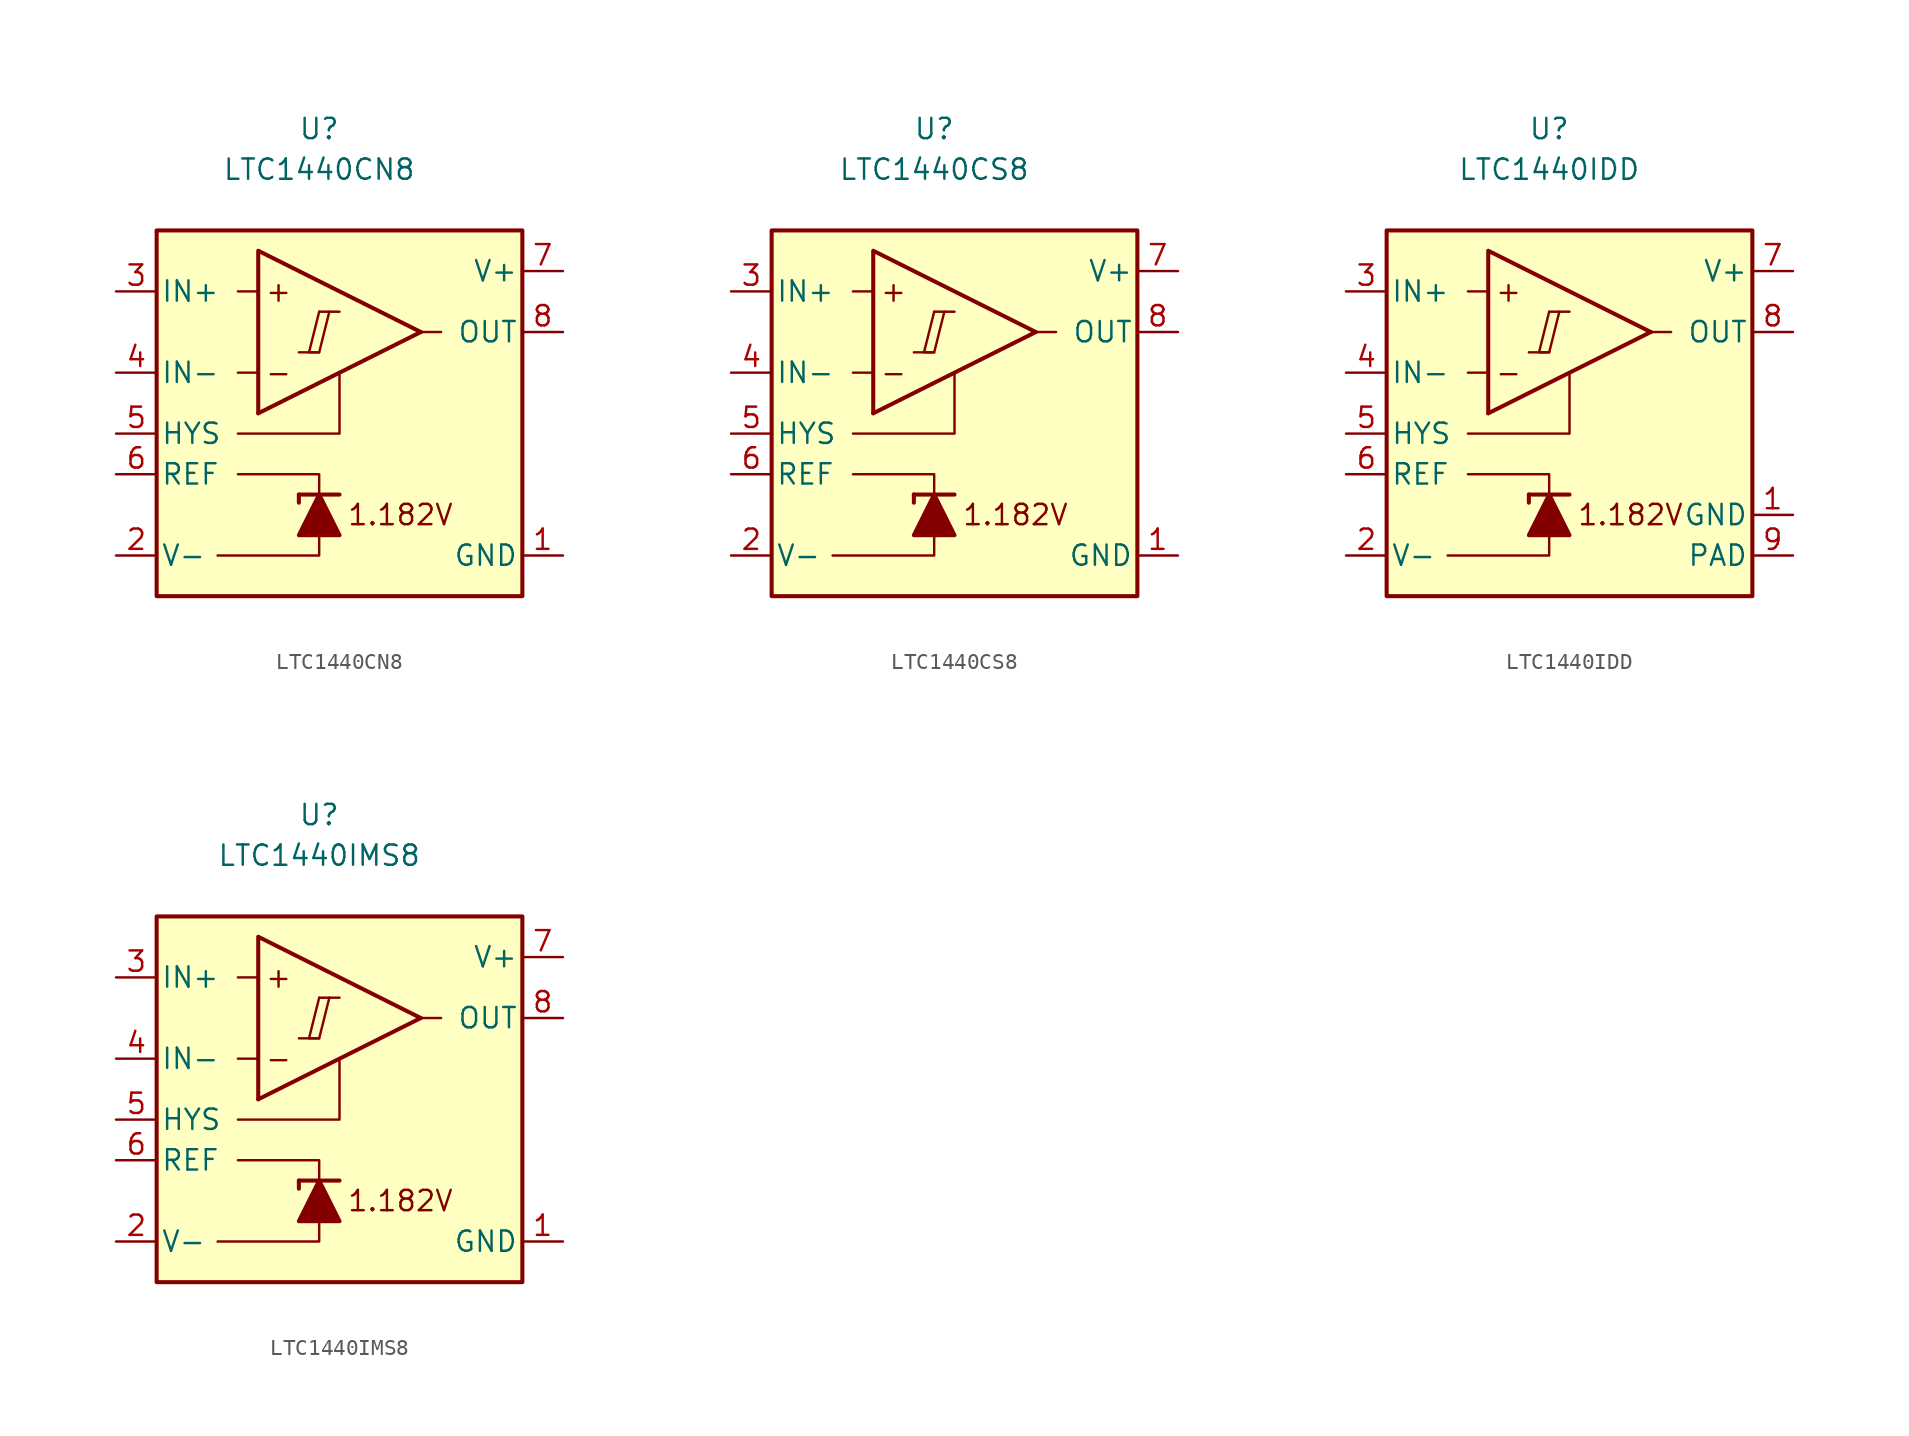
<source format=kicad_sym>
(kicad_symbol_lib
  (version 20231120)
  (generator "kicad_symbol_editor")
  (generator_version "8.0")
  (symbol "LTC1440CN8"
    (pin_names
      (offset 0.254))
    (property "Reference" "U"
      (at 0 16.51 0)
      (effects (font (size 1.27 1.27))))
    (property "Value" "LTC1440CN8"
      (at 0 13.97 0)
      (effects (font (size 1.27 1.27))))
    (symbol "LTC1440CN8_0_0"
      (polyline (pts (xy -1.27 2.54) (xy 0 2.54)) (stroke (width 0.152) (type default)) (fill (type none)))
      (polyline (pts (xy 0 5.08) (xy 1.27 5.08)) (stroke (width 0.152) (type default)) (fill (type none)))
      (polyline (pts (xy 6.35 3.81) (xy -3.81 -1.27)) (stroke (width 0.254) (type default)) (fill (type none)))
      (polyline (pts (xy 6.35 3.81) (xy -3.81 8.89) (xy -3.81 -1.27)) (stroke (width 0.254) (type default)) (fill (type background)))
      (polyline (pts (xy 0 5.08) (xy -0.635 2.54) (xy 0 2.54) (xy 0.635 5.08)) (stroke (width 0.152) (type default)) (fill (type none)))
      (text "+" (at -2.54 6.35 0) (effects (font (size 1.27 1.27))))
      (text "-" (at -2.54 1.27 0) (effects (font (size 1.27 1.27)))))
    (symbol "LTC1440CN8_0_1"
      (polyline (pts (xy -3.81 1.27) (xy -5.08 1.27)) (stroke (width 0) (type default)) (fill (type none)))
      (polyline (pts (xy -3.81 6.35) (xy -5.08 6.35)) (stroke (width 0) (type default)) (fill (type none)))
      (polyline (pts (xy -1.27 -6.35) (xy -1.27 -6.858)) (stroke (width 0.254) (type default)) (fill (type none)))
      (polyline (pts (xy -1.27 -6.35) (xy 1.27 -6.35)) (stroke (width 0.254) (type default)) (fill (type none)))
      (polyline (pts (xy 6.35 3.81) (xy 7.62 3.81)) (stroke (width 0) (type default)) (fill (type none)))
      (polyline (pts (xy 0 -8.89) (xy 0 -10.16) (xy -6.35 -10.16)) (stroke (width 0) (type default)) (fill (type none)))
      (polyline (pts (xy 0 -6.35) (xy 0 -5.08) (xy -5.08 -5.08)) (stroke (width 0) (type default)) (fill (type none)))
      (polyline (pts (xy 1.27 1.27) (xy 1.27 -2.54) (xy -5.08 -2.54)) (stroke (width 0) (type default)) (fill (type none)))
      (polyline (pts (xy 1.27 -8.89) (xy -1.27 -8.89) (xy 0 -6.35) (xy 1.27 -8.89)) (stroke (width 0.254) (type default)) (fill (type outline)))
      (rectangle (start 12.7 10.16) (end -10.16 -12.7) (stroke (width 0.254) (type default)) (fill (type background))))
    (symbol "LTC1440CN8_1_0"
      (text "1.182V" (at 5.08 -7.62 0) (effects (font (size 1.27 1.27)))))
    (symbol "LTC1440CN8_1_1"
      (pin power_in line (at 15.24 -10.16 180) (length 2.54) (name "GND" (effects (font (size 1.27 1.27)))) (number "1" (effects (font (size 1.27 1.27)))))
      (pin power_in line (at -12.7 -10.16 0) (length 2.54) (name "V-" (effects (font (size 1.27 1.27)))) (number "2" (effects (font (size 1.27 1.27)))))
      (pin input line (at -12.7 6.35 0) (length 2.54) (name "IN+" (effects (font (size 1.27 1.27)))) (number "3" (effects (font (size 1.27 1.27)))))
      (pin input line (at -12.7 1.27 0) (length 2.54) (name "IN-" (effects (font (size 1.27 1.27)))) (number "4" (effects (font (size 1.27 1.27)))))
      (pin input line (at -12.7 -2.54 0) (length 2.54) (name "HYS" (effects (font (size 1.27 1.27)))) (number "5" (effects (font (size 1.27 1.27)))))
      (pin output line (at -12.7 -5.08 0) (length 2.54) (name "REF" (effects (font (size 1.27 1.27)))) (number "6" (effects (font (size 1.27 1.27)))))
      (pin power_in line (at 15.24 7.62 180) (length 2.54) (name "V+" (effects (font (size 1.27 1.27)))) (number "7" (effects (font (size 1.27 1.27)))))
      (pin output line (at 15.24 3.81 180) (length 2.54) (name "OUT" (effects (font (size 1.27 1.27)))) (number "8" (effects (font (size 1.27 1.27)))))))
  (symbol "LTC1440CS8"
    (pin_names
      (offset 0.254))
    (property "Reference" "U"
      (at 0 16.51 0)
      (effects (font (size 1.27 1.27))))
    (property "Value" "LTC1440CS8"
      (at 0 13.97 0)
      (effects (font (size 1.27 1.27))))
    (symbol "LTC1440CS8_0_0"
      (polyline (pts (xy -1.27 2.54) (xy 0 2.54)) (stroke (width 0.152) (type default)) (fill (type none)))
      (polyline (pts (xy 0 5.08) (xy 1.27 5.08)) (stroke (width 0.152) (type default)) (fill (type none)))
      (polyline (pts (xy 6.35 3.81) (xy -3.81 -1.27)) (stroke (width 0.254) (type default)) (fill (type none)))
      (polyline (pts (xy 6.35 3.81) (xy -3.81 8.89) (xy -3.81 -1.27)) (stroke (width 0.254) (type default)) (fill (type background)))
      (polyline (pts (xy 0 5.08) (xy -0.635 2.54) (xy 0 2.54) (xy 0.635 5.08)) (stroke (width 0.152) (type default)) (fill (type none)))
      (text "+" (at -2.54 6.35 0) (effects (font (size 1.27 1.27))))
      (text "-" (at -2.54 1.27 0) (effects (font (size 1.27 1.27)))))
    (symbol "LTC1440CS8_0_1"
      (polyline (pts (xy -3.81 1.27) (xy -5.08 1.27)) (stroke (width 0) (type default)) (fill (type none)))
      (polyline (pts (xy -3.81 6.35) (xy -5.08 6.35)) (stroke (width 0) (type default)) (fill (type none)))
      (polyline (pts (xy -1.27 -6.35) (xy -1.27 -6.858)) (stroke (width 0.254) (type default)) (fill (type none)))
      (polyline (pts (xy -1.27 -6.35) (xy 1.27 -6.35)) (stroke (width 0.254) (type default)) (fill (type none)))
      (polyline (pts (xy 6.35 3.81) (xy 7.62 3.81)) (stroke (width 0) (type default)) (fill (type none)))
      (polyline (pts (xy 0 -8.89) (xy 0 -10.16) (xy -6.35 -10.16)) (stroke (width 0) (type default)) (fill (type none)))
      (polyline (pts (xy 0 -6.35) (xy 0 -5.08) (xy -5.08 -5.08)) (stroke (width 0) (type default)) (fill (type none)))
      (polyline (pts (xy 1.27 1.27) (xy 1.27 -2.54) (xy -5.08 -2.54)) (stroke (width 0) (type default)) (fill (type none)))
      (polyline (pts (xy 1.27 -8.89) (xy -1.27 -8.89) (xy 0 -6.35) (xy 1.27 -8.89)) (stroke (width 0.254) (type default)) (fill (type outline)))
      (rectangle (start 12.7 10.16) (end -10.16 -12.7) (stroke (width 0.254) (type default)) (fill (type background))))
    (symbol "LTC1440CS8_1_0"
      (text "1.182V" (at 5.08 -7.62 0) (effects (font (size 1.27 1.27)))))
    (symbol "LTC1440CS8_1_1"
      (pin power_in line (at 15.24 -10.16 180) (length 2.54) (name "GND" (effects (font (size 1.27 1.27)))) (number "1" (effects (font (size 1.27 1.27)))))
      (pin power_in line (at -12.7 -10.16 0) (length 2.54) (name "V-" (effects (font (size 1.27 1.27)))) (number "2" (effects (font (size 1.27 1.27)))))
      (pin input line (at -12.7 6.35 0) (length 2.54) (name "IN+" (effects (font (size 1.27 1.27)))) (number "3" (effects (font (size 1.27 1.27)))))
      (pin input line (at -12.7 1.27 0) (length 2.54) (name "IN-" (effects (font (size 1.27 1.27)))) (number "4" (effects (font (size 1.27 1.27)))))
      (pin input line (at -12.7 -2.54 0) (length 2.54) (name "HYS" (effects (font (size 1.27 1.27)))) (number "5" (effects (font (size 1.27 1.27)))))
      (pin output line (at -12.7 -5.08 0) (length 2.54) (name "REF" (effects (font (size 1.27 1.27)))) (number "6" (effects (font (size 1.27 1.27)))))
      (pin power_in line (at 15.24 7.62 180) (length 2.54) (name "V+" (effects (font (size 1.27 1.27)))) (number "7" (effects (font (size 1.27 1.27)))))
      (pin output line (at 15.24 3.81 180) (length 2.54) (name "OUT" (effects (font (size 1.27 1.27)))) (number "8" (effects (font (size 1.27 1.27)))))))
  (symbol "LTC1440IDD"
    (pin_names
      (offset 0.254))
    (property "Reference" "U"
      (at 0 16.51 0)
      (effects (font (size 1.27 1.27))))
    (property "Value" "LTC1440IDD"
      (at 0 13.97 0)
      (effects (font (size 1.27 1.27))))
    (symbol "LTC1440IDD_0_0"
      (polyline (pts (xy -1.27 2.54) (xy 0 2.54)) (stroke (width 0.152) (type default)) (fill (type none)))
      (polyline (pts (xy 0 5.08) (xy 1.27 5.08)) (stroke (width 0.152) (type default)) (fill (type none)))
      (polyline (pts (xy 6.35 3.81) (xy -3.81 -1.27)) (stroke (width 0.254) (type default)) (fill (type none)))
      (polyline (pts (xy 6.35 3.81) (xy -3.81 8.89) (xy -3.81 -1.27)) (stroke (width 0.254) (type default)) (fill (type background)))
      (polyline (pts (xy 0 5.08) (xy -0.635 2.54) (xy 0 2.54) (xy 0.635 5.08)) (stroke (width 0.152) (type default)) (fill (type none)))
      (text "+" (at -2.54 6.35 0) (effects (font (size 1.27 1.27))))
      (text "-" (at -2.54 1.27 0) (effects (font (size 1.27 1.27)))))
    (symbol "LTC1440IDD_0_1"
      (polyline (pts (xy -3.81 1.27) (xy -5.08 1.27)) (stroke (width 0) (type default)) (fill (type none)))
      (polyline (pts (xy -3.81 6.35) (xy -5.08 6.35)) (stroke (width 0) (type default)) (fill (type none)))
      (polyline (pts (xy -1.27 -6.35) (xy -1.27 -6.858)) (stroke (width 0.254) (type default)) (fill (type none)))
      (polyline (pts (xy -1.27 -6.35) (xy 1.27 -6.35)) (stroke (width 0.254) (type default)) (fill (type none)))
      (polyline (pts (xy 6.35 3.81) (xy 7.62 3.81)) (stroke (width 0) (type default)) (fill (type none)))
      (polyline (pts (xy 0 -8.89) (xy 0 -10.16) (xy -6.35 -10.16)) (stroke (width 0) (type default)) (fill (type none)))
      (polyline (pts (xy 0 -6.35) (xy 0 -5.08) (xy -5.08 -5.08)) (stroke (width 0) (type default)) (fill (type none)))
      (polyline (pts (xy 1.27 1.27) (xy 1.27 -2.54) (xy -5.08 -2.54)) (stroke (width 0) (type default)) (fill (type none)))
      (polyline (pts (xy 1.27 -8.89) (xy -1.27 -8.89) (xy 0 -6.35) (xy 1.27 -8.89)) (stroke (width 0.254) (type default)) (fill (type outline)))
      (rectangle (start 12.7 10.16) (end -10.16 -12.7) (stroke (width 0.254) (type default)) (fill (type background))))
    (symbol "LTC1440IDD_1_0"
      (text "1.182V" (at 5.08 -7.62 0) (effects (font (size 1.27 1.27)))))
    (symbol "LTC1440IDD_1_1"
      (pin power_in line (at 15.24 -7.62 180) (length 2.54) (name "GND" (effects (font (size 1.27 1.27)))) (number "1" (effects (font (size 1.27 1.27)))))
      (pin power_in line (at -12.7 -10.16 0) (length 2.54) (name "V-" (effects (font (size 1.27 1.27)))) (number "2" (effects (font (size 1.27 1.27)))))
      (pin input line (at -12.7 6.35 0) (length 2.54) (name "IN+" (effects (font (size 1.27 1.27)))) (number "3" (effects (font (size 1.27 1.27)))))
      (pin input line (at -12.7 1.27 0) (length 2.54) (name "IN-" (effects (font (size 1.27 1.27)))) (number "4" (effects (font (size 1.27 1.27)))))
      (pin input line (at -12.7 -2.54 0) (length 2.54) (name "HYS" (effects (font (size 1.27 1.27)))) (number "5" (effects (font (size 1.27 1.27)))))
      (pin output line (at -12.7 -5.08 0) (length 2.54) (name "REF" (effects (font (size 1.27 1.27)))) (number "6" (effects (font (size 1.27 1.27)))))
      (pin power_in line (at 15.24 7.62 180) (length 2.54) (name "V+" (effects (font (size 1.27 1.27)))) (number "7" (effects (font (size 1.27 1.27)))))
      (pin output line (at 15.24 3.81 180) (length 2.54) (name "OUT" (effects (font (size 1.27 1.27)))) (number "8" (effects (font (size 1.27 1.27)))))
      (pin power_in line (at 15.24 -10.16 180) (length 2.54) (name "PAD" (effects (font (size 1.27 1.27)))) (number "9" (effects (font (size 1.27 1.27)))))))
  (symbol "LTC1440IMS8"
    (pin_names
      (offset 0.254))
    (property "Reference" "U"
      (at 0 16.51 0)
      (effects (font (size 1.27 1.27))))
    (property "Value" "LTC1440IMS8"
      (at 0 13.97 0)
      (effects (font (size 1.27 1.27))))
    (symbol "LTC1440IMS8_0_0"
      (polyline (pts (xy -1.27 2.54) (xy 0 2.54)) (stroke (width 0.152) (type default)) (fill (type none)))
      (polyline (pts (xy 0 5.08) (xy 1.27 5.08)) (stroke (width 0.152) (type default)) (fill (type none)))
      (polyline (pts (xy 6.35 3.81) (xy -3.81 -1.27)) (stroke (width 0.254) (type default)) (fill (type none)))
      (polyline (pts (xy 6.35 3.81) (xy -3.81 8.89) (xy -3.81 -1.27)) (stroke (width 0.254) (type default)) (fill (type background)))
      (polyline (pts (xy 0 5.08) (xy -0.635 2.54) (xy 0 2.54) (xy 0.635 5.08)) (stroke (width 0.152) (type default)) (fill (type none)))
      (text "+" (at -2.54 6.35 0) (effects (font (size 1.27 1.27))))
      (text "-" (at -2.54 1.27 0) (effects (font (size 1.27 1.27)))))
    (symbol "LTC1440IMS8_0_1"
      (polyline (pts (xy -3.81 1.27) (xy -5.08 1.27)) (stroke (width 0) (type default)) (fill (type none)))
      (polyline (pts (xy -3.81 6.35) (xy -5.08 6.35)) (stroke (width 0) (type default)) (fill (type none)))
      (polyline (pts (xy -1.27 -6.35) (xy -1.27 -6.858)) (stroke (width 0.254) (type default)) (fill (type none)))
      (polyline (pts (xy -1.27 -6.35) (xy 1.27 -6.35)) (stroke (width 0.254) (type default)) (fill (type none)))
      (polyline (pts (xy 6.35 3.81) (xy 7.62 3.81)) (stroke (width 0) (type default)) (fill (type none)))
      (polyline (pts (xy 0 -8.89) (xy 0 -10.16) (xy -6.35 -10.16)) (stroke (width 0) (type default)) (fill (type none)))
      (polyline (pts (xy 0 -6.35) (xy 0 -5.08) (xy -5.08 -5.08)) (stroke (width 0) (type default)) (fill (type none)))
      (polyline (pts (xy 1.27 1.27) (xy 1.27 -2.54) (xy -5.08 -2.54)) (stroke (width 0) (type default)) (fill (type none)))
      (polyline (pts (xy 1.27 -8.89) (xy -1.27 -8.89) (xy 0 -6.35) (xy 1.27 -8.89)) (stroke (width 0.254) (type default)) (fill (type outline)))
      (rectangle (start 12.7 10.16) (end -10.16 -12.7) (stroke (width 0.254) (type default)) (fill (type background))))
    (symbol "LTC1440IMS8_1_0"
      (text "1.182V" (at 5.08 -7.62 0) (effects (font (size 1.27 1.27)))))
    (symbol "LTC1440IMS8_1_1"
      (pin power_in line (at 15.24 -10.16 180) (length 2.54) (name "GND" (effects (font (size 1.27 1.27)))) (number "1" (effects (font (size 1.27 1.27)))))
      (pin power_in line (at -12.7 -10.16 0) (length 2.54) (name "V-" (effects (font (size 1.27 1.27)))) (number "2" (effects (font (size 1.27 1.27)))))
      (pin input line (at -12.7 6.35 0) (length 2.54) (name "IN+" (effects (font (size 1.27 1.27)))) (number "3" (effects (font (size 1.27 1.27)))))
      (pin input line (at -12.7 1.27 0) (length 2.54) (name "IN-" (effects (font (size 1.27 1.27)))) (number "4" (effects (font (size 1.27 1.27)))))
      (pin input line (at -12.7 -2.54 0) (length 2.54) (name "HYS" (effects (font (size 1.27 1.27)))) (number "5" (effects (font (size 1.27 1.27)))))
      (pin output line (at -12.7 -5.08 0) (length 2.54) (name "REF" (effects (font (size 1.27 1.27)))) (number "6" (effects (font (size 1.27 1.27)))))
      (pin power_in line (at 15.24 7.62 180) (length 2.54) (name "V+" (effects (font (size 1.27 1.27)))) (number "7" (effects (font (size 1.27 1.27)))))
      (pin output line (at 15.24 3.81 180) (length 2.54) (name "OUT" (effects (font (size 1.27 1.27)))) (number "8" (effects (font (size 1.27 1.27))))))))
</source>
